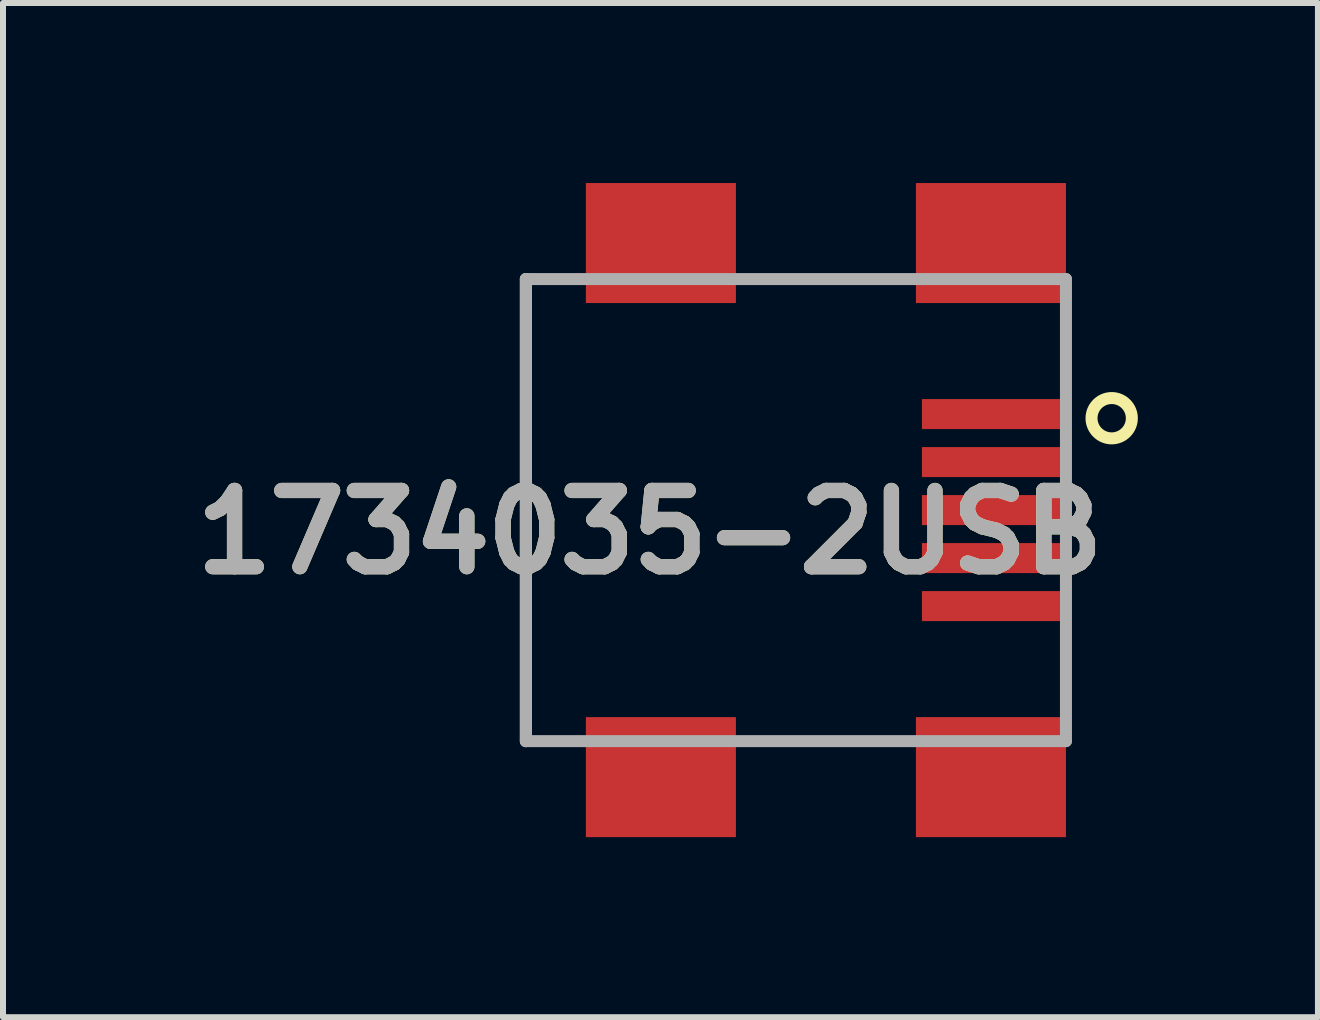
<source format=kicad_pcb>
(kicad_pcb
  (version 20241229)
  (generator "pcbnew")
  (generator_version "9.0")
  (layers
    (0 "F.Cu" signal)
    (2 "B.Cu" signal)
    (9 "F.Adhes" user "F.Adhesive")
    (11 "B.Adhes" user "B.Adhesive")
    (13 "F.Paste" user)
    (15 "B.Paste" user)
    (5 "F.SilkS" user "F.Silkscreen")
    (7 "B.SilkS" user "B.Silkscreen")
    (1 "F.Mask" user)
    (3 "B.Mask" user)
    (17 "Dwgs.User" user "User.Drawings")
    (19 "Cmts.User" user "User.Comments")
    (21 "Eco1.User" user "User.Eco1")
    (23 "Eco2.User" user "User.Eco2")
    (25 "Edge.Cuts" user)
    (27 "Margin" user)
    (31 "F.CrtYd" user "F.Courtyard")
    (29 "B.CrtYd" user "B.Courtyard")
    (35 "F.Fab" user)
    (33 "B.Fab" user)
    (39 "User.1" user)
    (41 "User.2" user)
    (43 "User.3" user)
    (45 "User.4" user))
  (footprint "1734035-2USB"
    (layer "F.Cu")
    (at 10.963 7.65)
    (property "Reference" "1734035-2USB" (at -3.18 -1.831 0) (layer "F.SilkS") (effects (font (size 1.27 1.27) (thickness 0.254))))
    (attr through_hole)
    (fp_line (start -5.25 -6.05) (end -5.25 1.65) (stroke (width 0.2) (type solid)) (layer "F.SilkS"))
    (fp_circle (center 4.512 -3.731) (end 4.512 -3.395) (stroke (width 0.2) (type solid)) (fill no) (layer "F.SilkS"))
    (fp_line (start -5.25 -6.05) (end 3.75 -6.05) (stroke (width 0.2) (type solid)) (layer "F.Fab"))
    (fp_line (start -5.25 1.65) (end -5.25 -6.05) (stroke (width 0.2) (type solid)) (layer "F.Fab"))
    (fp_line (start 3.75 -6.05) (end 3.75 1.65) (stroke (width 0.2) (type solid)) (layer "F.Fab"))
    (fp_line (start 3.75 1.65) (end -5.25 1.65) (stroke (width 0.2) (type solid)) (layer "F.Fab"))
    (fp_text user "${REFERENCE}" (at -3.18 -1.831 0) (layer "F.Fab") (effects (font (size 1.27 1.27) (thickness 0.254))))
    (pad "" np_thru_hole circle (at 0 -4.4) (size 0.001 0.001) (drill 0.9) (layers "*.Cu" "*.Mask"))
    (pad "" np_thru_hole circle (at 0 0) (size 0.001 0.001) (drill 0.9) (layers "*.Cu" "*.Mask"))
    (pad "1" smd rect (at 2.5 -3.8 90) (size 0.5 2.3) (layers "F.Cu" "F.Mask" "F.Paste"))
    (pad "2" smd rect (at 2.5 -3 90) (size 0.5 2.3) (layers "F.Cu" "F.Mask" "F.Paste"))
    (pad "3" smd rect (at 2.5 -2.2 90) (size 0.5 2.3) (layers "F.Cu" "F.Mask" "F.Paste"))
    (pad "4" smd rect (at 2.5 -1.4 90) (size 0.5 2.3) (layers "F.Cu" "F.Mask" "F.Paste"))
    (pad "5" smd rect (at 2.5 -0.6 90) (size 0.5 2.3) (layers "F.Cu" "F.Mask" "F.Paste"))
    (pad "6" smd rect (at 2.5 2.25 90) (size 2 2.5) (layers "F.Cu" "F.Mask" "F.Paste"))
    (pad "7" smd rect (at -3 2.25 90) (size 2 2.5) (layers "F.Cu" "F.Mask" "F.Paste"))
    (pad "8" smd rect (at -3 -6.65 90) (size 2 2.5) (layers "F.Cu" "F.Mask" "F.Paste"))
    (pad "9" smd rect (at 2.5 -6.65 90) (size 2 2.5) (layers "F.Cu" "F.Mask" "F.Paste")))
  (gr_rect
    (start -3 -3)
    (end 18.912 13.9)
    (stroke (width 0.1) (type default))
    (fill no)
    (layer "Edge.Cuts")))
</source>
